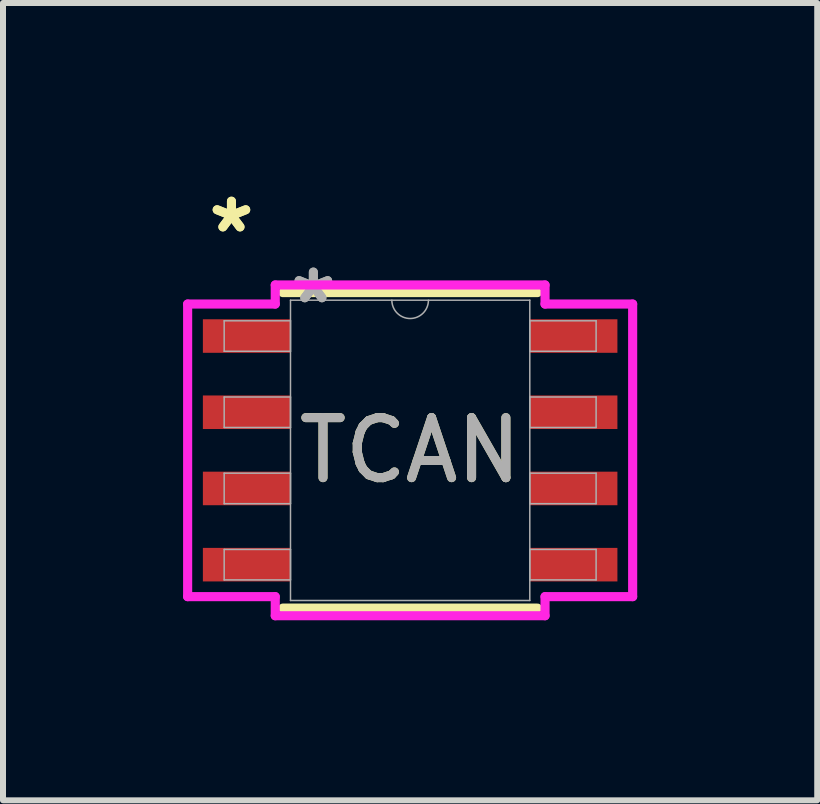
<source format=kicad_pcb>
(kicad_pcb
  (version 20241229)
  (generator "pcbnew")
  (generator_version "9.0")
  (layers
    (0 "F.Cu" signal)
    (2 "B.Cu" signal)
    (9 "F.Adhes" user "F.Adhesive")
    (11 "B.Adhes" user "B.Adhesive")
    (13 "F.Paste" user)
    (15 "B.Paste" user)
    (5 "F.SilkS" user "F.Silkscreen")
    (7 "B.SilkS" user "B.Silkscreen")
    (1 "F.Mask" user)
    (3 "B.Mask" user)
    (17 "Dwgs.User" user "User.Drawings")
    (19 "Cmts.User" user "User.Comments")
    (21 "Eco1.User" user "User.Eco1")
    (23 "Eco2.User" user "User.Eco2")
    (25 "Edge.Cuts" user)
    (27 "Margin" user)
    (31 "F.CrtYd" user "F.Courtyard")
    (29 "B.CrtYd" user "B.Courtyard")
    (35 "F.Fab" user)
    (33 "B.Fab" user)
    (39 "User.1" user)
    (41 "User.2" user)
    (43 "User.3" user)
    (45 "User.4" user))
  (footprint "TCAN"
    (layer "F.Cu")
    (at 3.785 4.455)
    (property "Reference" "TCAN" (at 0 0 0) (unlocked yes) (layer "F.SilkS") (effects (font (size 1 1) (thickness 0.15))))
    (attr smd)
    (fp_line (start -2.121 2.629) (end 2.121 2.629) (stroke (width 0.152) (type solid)) (layer "F.SilkS"))
    (fp_line (start 2.121 -2.629) (end -2.121 -2.629) (stroke (width 0.152) (type solid)) (layer "F.SilkS"))
    (fp_line (start -3.708 -2.438) (end -2.248 -2.438) (stroke (width 0.152) (type solid)) (layer "F.CrtYd"))
    (fp_line (start -3.708 2.438) (end -3.708 -2.438) (stroke (width 0.152) (type solid)) (layer "F.CrtYd"))
    (fp_line (start -3.708 2.438) (end -2.248 2.438) (stroke (width 0.152) (type solid)) (layer "F.CrtYd"))
    (fp_line (start -2.248 -2.756) (end 2.248 -2.756) (stroke (width 0.152) (type solid)) (layer "F.CrtYd"))
    (fp_line (start -2.248 -2.438) (end -2.248 -2.756) (stroke (width 0.152) (type solid)) (layer "F.CrtYd"))
    (fp_line (start -2.248 2.756) (end -2.248 2.438) (stroke (width 0.152) (type solid)) (layer "F.CrtYd"))
    (fp_line (start 2.248 -2.756) (end 2.248 -2.438) (stroke (width 0.152) (type solid)) (layer "F.CrtYd"))
    (fp_line (start 2.248 2.438) (end 2.248 2.756) (stroke (width 0.152) (type solid)) (layer "F.CrtYd"))
    (fp_line (start 2.248 2.756) (end -2.248 2.756) (stroke (width 0.152) (type solid)) (layer "F.CrtYd"))
    (fp_line (start 3.708 -2.438) (end 2.248 -2.438) (stroke (width 0.152) (type solid)) (layer "F.CrtYd"))
    (fp_line (start 3.708 -2.438) (end 3.708 2.438) (stroke (width 0.152) (type solid)) (layer "F.CrtYd"))
    (fp_line (start 3.708 2.438) (end 2.248 2.438) (stroke (width 0.152) (type solid)) (layer "F.CrtYd"))
    (fp_line (start -3.099 -2.159) (end -3.099 -1.651) (stroke (width 0.025) (type solid)) (layer "F.Fab"))
    (fp_line (start -3.099 -1.651) (end -1.994 -1.651) (stroke (width 0.025) (type solid)) (layer "F.Fab"))
    (fp_line (start -3.099 -0.889) (end -3.099 -0.381) (stroke (width 0.025) (type solid)) (layer "F.Fab"))
    (fp_line (start -3.099 -0.381) (end -1.994 -0.381) (stroke (width 0.025) (type solid)) (layer "F.Fab"))
    (fp_line (start -3.099 0.381) (end -3.099 0.889) (stroke (width 0.025) (type solid)) (layer "F.Fab"))
    (fp_line (start -3.099 0.889) (end -1.994 0.889) (stroke (width 0.025) (type solid)) (layer "F.Fab"))
    (fp_line (start -3.099 1.651) (end -3.099 2.159) (stroke (width 0.025) (type solid)) (layer "F.Fab"))
    (fp_line (start -3.099 2.159) (end -1.994 2.159) (stroke (width 0.025) (type solid)) (layer "F.Fab"))
    (fp_line (start -1.994 -2.502) (end -1.994 2.502) (stroke (width 0.025) (type solid)) (layer "F.Fab"))
    (fp_line (start -1.994 -2.159) (end -3.099 -2.159) (stroke (width 0.025) (type solid)) (layer "F.Fab"))
    (fp_line (start -1.994 -1.651) (end -1.994 -2.159) (stroke (width 0.025) (type solid)) (layer "F.Fab"))
    (fp_line (start -1.994 -0.889) (end -3.099 -0.889) (stroke (width 0.025) (type solid)) (layer "F.Fab"))
    (fp_line (start -1.994 -0.381) (end -1.994 -0.889) (stroke (width 0.025) (type solid)) (layer "F.Fab"))
    (fp_line (start -1.994 0.381) (end -3.099 0.381) (stroke (width 0.025) (type solid)) (layer "F.Fab"))
    (fp_line (start -1.994 0.889) (end -1.994 0.381) (stroke (width 0.025) (type solid)) (layer "F.Fab"))
    (fp_line (start -1.994 1.651) (end -3.099 1.651) (stroke (width 0.025) (type solid)) (layer "F.Fab"))
    (fp_line (start -1.994 2.159) (end -1.994 1.651) (stroke (width 0.025) (type solid)) (layer "F.Fab"))
    (fp_line (start -1.994 2.502) (end 1.994 2.502) (stroke (width 0.025) (type solid)) (layer "F.Fab"))
    (fp_line (start 1.994 -2.502) (end -1.994 -2.502) (stroke (width 0.025) (type solid)) (layer "F.Fab"))
    (fp_line (start 1.994 -2.159) (end 1.994 -1.651) (stroke (width 0.025) (type solid)) (layer "F.Fab"))
    (fp_line (start 1.994 -1.651) (end 3.099 -1.651) (stroke (width 0.025) (type solid)) (layer "F.Fab"))
    (fp_line (start 1.994 -0.889) (end 1.994 -0.381) (stroke (width 0.025) (type solid)) (layer "F.Fab"))
    (fp_line (start 1.994 -0.381) (end 3.099 -0.381) (stroke (width 0.025) (type solid)) (layer "F.Fab"))
    (fp_line (start 1.994 0.381) (end 1.994 0.889) (stroke (width 0.025) (type solid)) (layer "F.Fab"))
    (fp_line (start 1.994 0.889) (end 3.099 0.889) (stroke (width 0.025) (type solid)) (layer "F.Fab"))
    (fp_line (start 1.994 1.651) (end 1.994 2.159) (stroke (width 0.025) (type solid)) (layer "F.Fab"))
    (fp_line (start 1.994 2.159) (end 3.099 2.159) (stroke (width 0.025) (type solid)) (layer "F.Fab"))
    (fp_line (start 1.994 2.502) (end 1.994 -2.502) (stroke (width 0.025) (type solid)) (layer "F.Fab"))
    (fp_line (start 3.099 -2.159) (end 1.994 -2.159) (stroke (width 0.025) (type solid)) (layer "F.Fab"))
    (fp_line (start 3.099 -1.651) (end 3.099 -2.159) (stroke (width 0.025) (type solid)) (layer "F.Fab"))
    (fp_line (start 3.099 -0.889) (end 1.994 -0.889) (stroke (width 0.025) (type solid)) (layer "F.Fab"))
    (fp_line (start 3.099 -0.381) (end 3.099 -0.889) (stroke (width 0.025) (type solid)) (layer "F.Fab"))
    (fp_line (start 3.099 0.381) (end 1.994 0.381) (stroke (width 0.025) (type solid)) (layer "F.Fab"))
    (fp_line (start 3.099 0.889) (end 3.099 0.381) (stroke (width 0.025) (type solid)) (layer "F.Fab"))
    (fp_line (start 3.099 1.651) (end 1.994 1.651) (stroke (width 0.025) (type solid)) (layer "F.Fab"))
    (fp_line (start 3.099 2.159) (end 3.099 1.651) (stroke (width 0.025) (type solid)) (layer "F.Fab"))
    (fp_arc (start 0.3048 -2.5019) (mid 0 -2.1971) (end -0.3048 -2.5019) (stroke (width 0.0254) (type solid)) (layer "F.Fab"))
    (fp_text user "*" (at -2.978 -3.607 0) (layer "F.SilkS") (effects (font (size 1 1) (thickness 0.15))))
    (fp_text user "*" (at -2.978 -3.607 0) (unlocked yes) (layer "F.SilkS") (effects (font (size 1 1) (thickness 0.15))))
    (fp_text user "*" (at -1.613 -2.426 0) (layer "F.Fab") (effects (font (size 1 1) (thickness 0.15))))
    (fp_text user "${REFERENCE}" (at 0 0 0) (unlocked yes) (layer "F.Fab") (effects (font (size 1 1) (thickness 0.15))))
    (fp_text user "*" (at -1.613 -2.426 0) (unlocked yes) (layer "F.Fab") (effects (font (size 1 1) (thickness 0.15))))
    (pad "1" smd rect (at -2.724 -1.905) (size 1.46 0.559) (layers "F.Cu" "F.Mask" "F.Paste"))
    (pad "2" smd rect (at -2.724 -0.635) (size 1.46 0.559) (layers "F.Cu" "F.Mask" "F.Paste"))
    (pad "3" smd rect (at -2.724 0.635) (size 1.46 0.559) (layers "F.Cu" "F.Mask" "F.Paste"))
    (pad "4" smd rect (at -2.724 1.905) (size 1.46 0.559) (layers "F.Cu" "F.Mask" "F.Paste"))
    (pad "5" smd rect (at 2.724 1.905) (size 1.46 0.559) (layers "F.Cu" "F.Mask" "F.Paste"))
    (pad "6" smd rect (at 2.724 0.635) (size 1.46 0.559) (layers "F.Cu" "F.Mask" "F.Paste"))
    (pad "7" smd rect (at 2.724 -0.635) (size 1.46 0.559) (layers "F.Cu" "F.Mask" "F.Paste"))
    (pad "8" smd rect (at 2.724 -1.905) (size 1.46 0.559) (layers "F.Cu" "F.Mask" "F.Paste")))
  (gr_rect
    (start -3 -3)
    (end 10.569 10.287)
    (stroke (width 0.1) (type default))
    (fill no)
    (layer "Edge.Cuts")))
</source>
